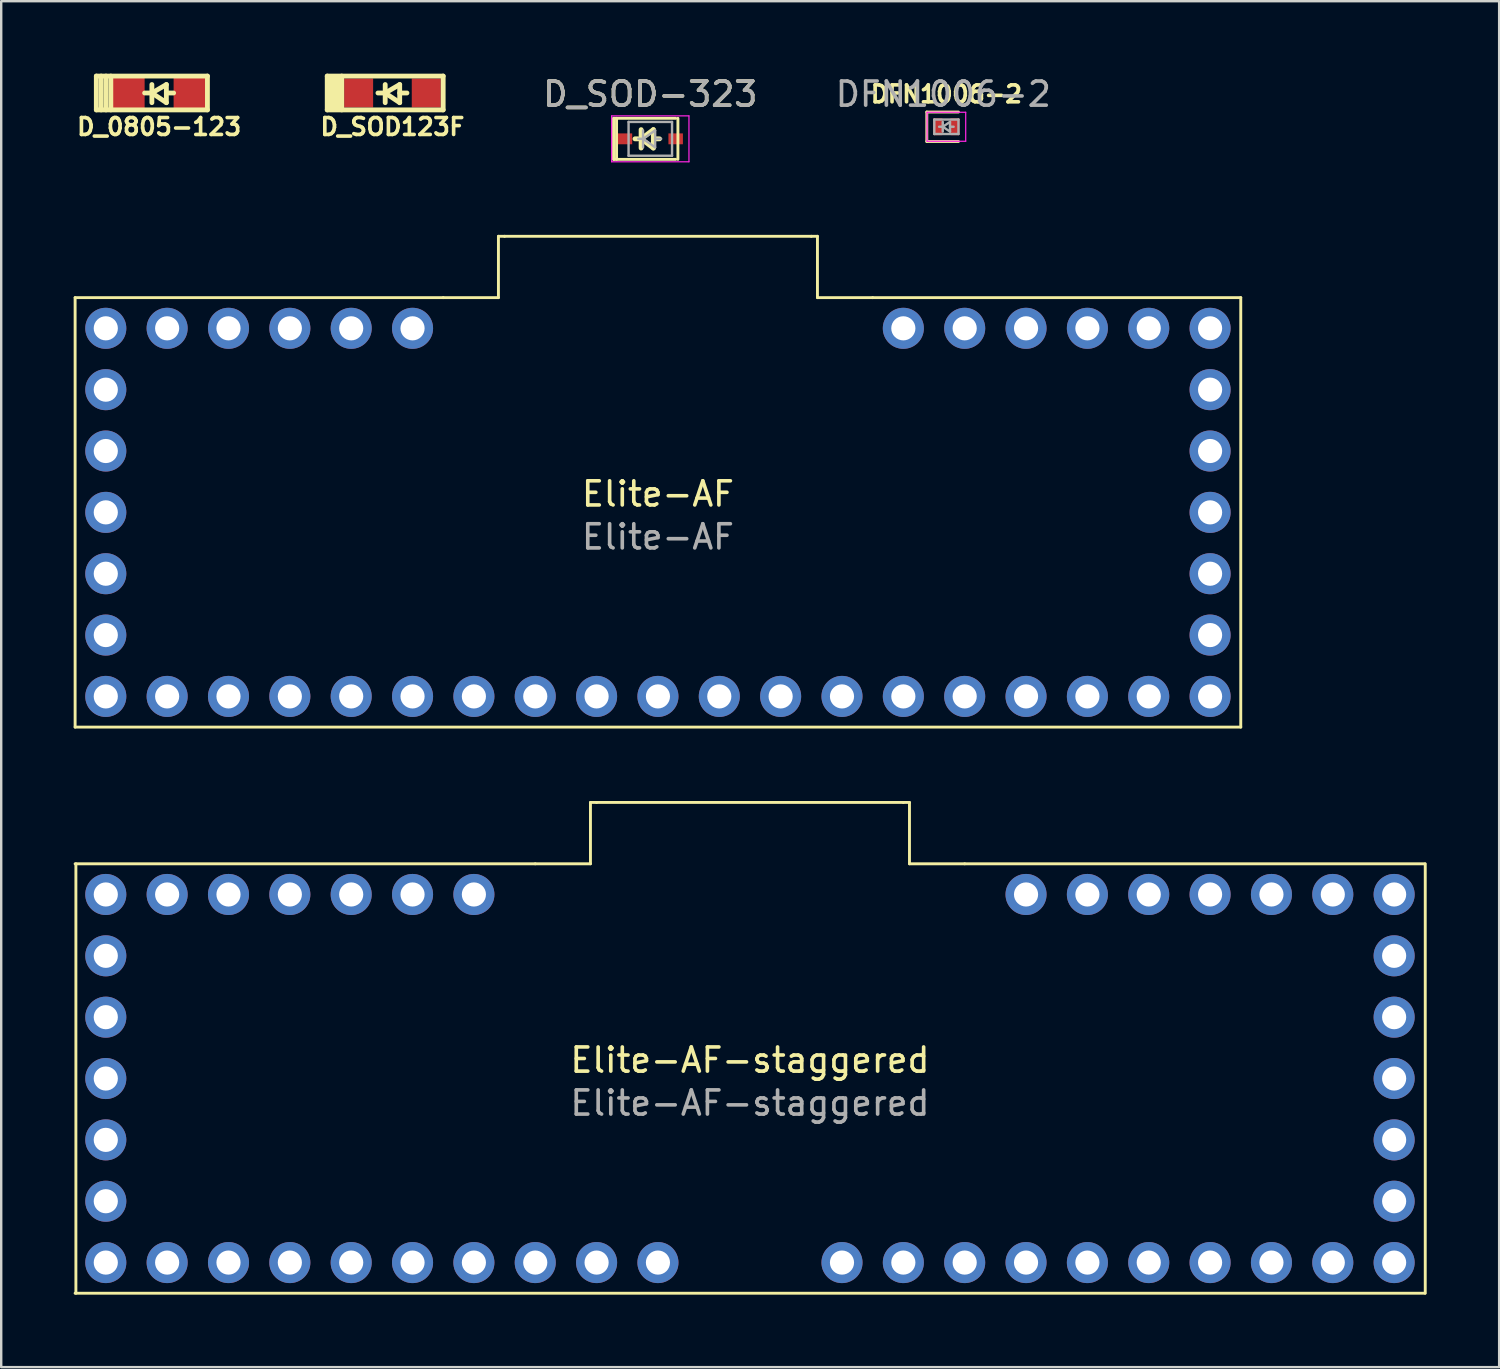
<source format=kicad_pcb>
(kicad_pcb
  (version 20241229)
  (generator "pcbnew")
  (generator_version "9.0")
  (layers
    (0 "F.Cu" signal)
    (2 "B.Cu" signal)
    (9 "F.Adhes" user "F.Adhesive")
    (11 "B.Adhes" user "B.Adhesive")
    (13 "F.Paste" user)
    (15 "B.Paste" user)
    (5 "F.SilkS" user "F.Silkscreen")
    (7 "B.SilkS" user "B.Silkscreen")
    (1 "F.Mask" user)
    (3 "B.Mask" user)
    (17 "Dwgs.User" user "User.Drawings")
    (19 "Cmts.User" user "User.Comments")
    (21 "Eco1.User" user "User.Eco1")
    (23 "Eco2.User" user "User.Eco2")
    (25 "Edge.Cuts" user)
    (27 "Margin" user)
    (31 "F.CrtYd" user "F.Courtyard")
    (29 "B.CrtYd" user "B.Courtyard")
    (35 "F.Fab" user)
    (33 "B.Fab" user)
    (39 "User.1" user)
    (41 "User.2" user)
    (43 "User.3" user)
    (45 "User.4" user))
  (footprint "DFN1006-2"
    (layer "F.Cu")
    (at 36.132 2.198)
    (property "Reference" "DFN1006-2" (at 0 -1.35 0) (layer "F.SilkS") (effects (font (size 0.7 0.7) (thickness 0.15))))
    (attr smd)
    (fp_line (start -0.81 -0.61) (end -0.81 0.61) (stroke (width 0.12) (type solid)) (layer "F.SilkS"))
    (fp_line (start -0.81 -0.61) (end 0.5 -0.61) (stroke (width 0.12) (type solid)) (layer "F.SilkS"))
    (fp_line (start -0.81 0.61) (end 0.5 0.61) (stroke (width 0.12) (type solid)) (layer "F.SilkS"))
    (fp_line (start -0.8 -0.6) (end -0.8 0.6) (stroke (width 0.05) (type solid)) (layer "F.CrtYd"))
    (fp_line (start -0.8 -0.6) (end 0.8 -0.6) (stroke (width 0.05) (type solid)) (layer "F.CrtYd"))
    (fp_line (start 0.8 -0.6) (end 0.8 0.6) (stroke (width 0.05) (type solid)) (layer "F.CrtYd"))
    (fp_line (start 0.8 0.6) (end -0.8 0.6) (stroke (width 0.05) (type solid)) (layer "F.CrtYd"))
    (fp_line (start -0.5 -0.3) (end 0.5 -0.3) (stroke (width 0.1) (type solid)) (layer "F.Fab"))
    (fp_line (start -0.5 0.3) (end -0.5 -0.3) (stroke (width 0.1) (type solid)) (layer "F.Fab"))
    (fp_line (start -0.15 0) (end -0.3 0) (stroke (width 0.1) (type solid)) (layer "F.Fab"))
    (fp_line (start -0.15 0) (end 0.15 0.2) (stroke (width 0.1) (type solid)) (layer "F.Fab"))
    (fp_line (start -0.15 0.2) (end -0.15 -0.2) (stroke (width 0.1) (type solid)) (layer "F.Fab"))
    (fp_line (start 0.15 -0.2) (end -0.15 0) (stroke (width 0.1) (type solid)) (layer "F.Fab"))
    (fp_line (start 0.15 0) (end 0.3 0) (stroke (width 0.1) (type solid)) (layer "F.Fab"))
    (fp_line (start 0.15 0.2) (end 0.15 -0.2) (stroke (width 0.1) (type solid)) (layer "F.Fab"))
    (fp_line (start 0.5 -0.3) (end 0.5 0.3) (stroke (width 0.1) (type solid)) (layer "F.Fab"))
    (fp_line (start 0.5 0.3) (end -0.5 0.3) (stroke (width 0.1) (type solid)) (layer "F.Fab"))
    (fp_text user "${REFERENCE}" (at -0.127 -1.35 0) (layer "F.Fab") (effects (font (size 1 1) (thickness 0.15))))
    (pad "" smd roundrect (at -0.35 0) (size 0.3 0.6) (layers "F.Paste") (roundrect_rratio 0.167))
    (pad "" smd roundrect (at 0.35 0) (size 0.3 0.6) (layers "F.Paste") (roundrect_rratio 0.167))
    (pad "1" smd roundrect (at -0.35 0) (size 0.4 0.7) (layers "F.Cu" "F.Mask") (roundrect_rratio 0.125))
    (pad "2" smd roundrect (at 0.35 0) (size 0.4 0.7) (layers "F.Cu" "F.Mask") (roundrect_rratio 0.125)))
  (footprint "Elite-AF"
    (layer "F.Cu")
    (at 24.19 18.163)
    (property "Reference" "Elite-AF" (at 0 -0.762 0) (unlocked yes) (layer "F.SilkS") (effects (font (size 1 1) (thickness 0.15))))
    (attr through_hole)
    (fp_line (start -24.13 -8.89) (end -8.89 -8.89) (stroke (width 0.12) (type solid)) (layer "F.SilkS"))
    (fp_line (start -24.13 8.89) (end -24.13 -8.89) (stroke (width 0.12) (type solid)) (layer "F.SilkS"))
    (fp_line (start -24.13 8.89) (end 24.13 8.89) (stroke (width 0.12) (type solid)) (layer "F.SilkS"))
    (fp_line (start -8.89 -8.89) (end -6.604 -8.89) (stroke (width 0.12) (type solid)) (layer "F.SilkS"))
    (fp_line (start -6.604 -11.43) (end -6.35 -11.43) (stroke (width 0.12) (type solid)) (layer "F.SilkS"))
    (fp_line (start -6.604 -8.89) (end -6.604 -11.43) (stroke (width 0.12) (type solid)) (layer "F.SilkS"))
    (fp_line (start -6.35 -11.43) (end 6.35 -11.43) (stroke (width 0.12) (type solid)) (layer "F.SilkS"))
    (fp_line (start 6.604 -11.43) (end 6.35 -11.43) (stroke (width 0.12) (type solid)) (layer "F.SilkS"))
    (fp_line (start 6.604 -8.89) (end 6.604 -11.43) (stroke (width 0.12) (type solid)) (layer "F.SilkS"))
    (fp_line (start 8.89 -8.89) (end 6.604 -8.89) (stroke (width 0.12) (type solid)) (layer "F.SilkS"))
    (fp_line (start 24.13 -8.89) (end 8.89 -8.89) (stroke (width 0.12) (type solid)) (layer "F.SilkS"))
    (fp_line (start 24.13 8.89) (end 24.13 -8.89) (stroke (width 0.12) (type solid)) (layer "F.SilkS"))
    (fp_text user "${REFERENCE}" (at 0 1.016 0) (unlocked yes) (layer "F.Fab") (effects (font (size 1 1) (thickness 0.15))))
    (pad "1" thru_hole circle (at -10.16 -7.62) (size 1.7 1.7) (drill 1) (layers "*.Cu" "*.Mask"))
    (pad "2" thru_hole circle (at -12.7 -7.62) (size 1.7 1.7) (drill 1) (layers "*.Cu" "*.Mask"))
    (pad "3" thru_hole circle (at -15.24 -7.62) (size 1.7 1.7) (drill 1) (layers "*.Cu" "*.Mask"))
    (pad "4" thru_hole circle (at -17.78 -7.62) (size 1.7 1.7) (drill 1) (layers "*.Cu" "*.Mask"))
    (pad "5" thru_hole circle (at -20.32 -7.62) (size 1.7 1.7) (drill 1) (layers "*.Cu" "*.Mask"))
    (pad "6" thru_hole circle (at -22.86 -7.62) (size 1.7 1.7) (drill 1) (layers "*.Cu" "*.Mask"))
    (pad "7" thru_hole circle (at -22.86 -5.08) (size 1.7 1.7) (drill 1) (layers "*.Cu" "*.Mask"))
    (pad "8" thru_hole circle (at -22.86 -2.54) (size 1.7 1.7) (drill 1) (layers "*.Cu" "*.Mask"))
    (pad "9" thru_hole circle (at -22.86 0) (size 1.7 1.7) (drill 1) (layers "*.Cu" "*.Mask"))
    (pad "10" thru_hole circle (at -22.86 2.54) (size 1.7 1.7) (drill 1) (layers "*.Cu" "*.Mask"))
    (pad "11" thru_hole circle (at -22.86 5.08) (size 1.7 1.7) (drill 1) (layers "*.Cu" "*.Mask"))
    (pad "12" thru_hole circle (at -22.86 7.62) (size 1.7 1.7) (drill 1) (layers "*.Cu" "*.Mask"))
    (pad "13" thru_hole circle (at -20.32 7.62) (size 1.7 1.7) (drill 1) (layers "*.Cu" "*.Mask"))
    (pad "14" thru_hole circle (at -17.78 7.62) (size 1.7 1.7) (drill 1) (layers "*.Cu" "*.Mask"))
    (pad "15" thru_hole circle (at -15.24 7.62) (size 1.7 1.7) (drill 1) (layers "*.Cu" "*.Mask"))
    (pad "16" thru_hole circle (at -12.7 7.62) (size 1.7 1.7) (drill 1) (layers "*.Cu" "*.Mask"))
    (pad "17" thru_hole circle (at -10.16 7.62) (size 1.7 1.7) (drill 1) (layers "*.Cu" "*.Mask"))
    (pad "18" thru_hole circle (at -7.62 7.62) (size 1.7 1.7) (drill 1) (layers "*.Cu" "*.Mask"))
    (pad "19" thru_hole circle (at -5.08 7.62) (size 1.7 1.7) (drill 1) (layers "*.Cu" "*.Mask"))
    (pad "20" thru_hole circle (at -2.54 7.62) (size 1.7 1.7) (drill 1) (layers "*.Cu" "*.Mask"))
    (pad "21" thru_hole circle (at 0 7.62) (size 1.7 1.7) (drill 1) (layers "*.Cu" "*.Mask"))
    (pad "22" thru_hole circle (at 2.54 7.62) (size 1.7 1.7) (drill 1) (layers "*.Cu" "*.Mask"))
    (pad "23" thru_hole circle (at 5.08 7.62) (size 1.7 1.7) (drill 1) (layers "*.Cu" "*.Mask"))
    (pad "24" thru_hole circle (at 7.62 7.62) (size 1.7 1.7) (drill 1) (layers "*.Cu" "*.Mask"))
    (pad "25" thru_hole circle (at 10.16 7.62) (size 1.7 1.7) (drill 1) (layers "*.Cu" "*.Mask"))
    (pad "26" thru_hole circle (at 12.7 7.62) (size 1.7 1.7) (drill 1) (layers "*.Cu" "*.Mask"))
    (pad "27" thru_hole circle (at 15.24 7.62) (size 1.7 1.7) (drill 1) (layers "*.Cu" "*.Mask"))
    (pad "28" thru_hole circle (at 17.78 7.62) (size 1.7 1.7) (drill 1) (layers "*.Cu" "*.Mask"))
    (pad "29" thru_hole circle (at 20.32 7.62) (size 1.7 1.7) (drill 1) (layers "*.Cu" "*.Mask"))
    (pad "30" thru_hole circle (at 22.86 7.62) (size 1.7 1.7) (drill 1) (layers "*.Cu" "*.Mask"))
    (pad "31" thru_hole circle (at 22.86 5.08) (size 1.7 1.7) (drill 1) (layers "*.Cu" "*.Mask"))
    (pad "32" thru_hole circle (at 22.86 2.54) (size 1.7 1.7) (drill 1) (layers "*.Cu" "*.Mask"))
    (pad "33" thru_hole circle (at 22.86 0) (size 1.7 1.7) (drill 1) (layers "*.Cu" "*.Mask"))
    (pad "34" thru_hole circle (at 22.86 -2.54) (size 1.7 1.7) (drill 1) (layers "*.Cu" "*.Mask"))
    (pad "35" thru_hole circle (at 22.86 -5.08) (size 1.7 1.7) (drill 1) (layers "*.Cu" "*.Mask"))
    (pad "36" thru_hole circle (at 22.86 -7.62) (size 1.7 1.7) (drill 1) (layers "*.Cu" "*.Mask"))
    (pad "37" thru_hole circle (at 20.32 -7.62) (size 1.7 1.7) (drill 1) (layers "*.Cu" "*.Mask"))
    (pad "38" thru_hole circle (at 17.78 -7.62) (size 1.7 1.7) (drill 1) (layers "*.Cu" "*.Mask"))
    (pad "39" thru_hole circle (at 15.24 -7.62) (size 1.7 1.7) (drill 1) (layers "*.Cu" "*.Mask"))
    (pad "40" thru_hole circle (at 12.7 -7.62) (size 1.7 1.7) (drill 1) (layers "*.Cu" "*.Mask"))
    (pad "41" thru_hole circle (at 10.16 -7.62) (size 1.7 1.7) (drill 1) (layers "*.Cu" "*.Mask")))
  (footprint "D_SOD123F"
    (layer "F.Cu")
    (at 13.198 0.8)
    (property "Reference" "D_SOD123F" (at 0 1.4 0) (layer "F.SilkS") (effects (font (size 0.7 0.7) (thickness 0.15))))
    (attr smd)
    (fp_line (start -2.7 -0.7) (end -2.7 0.7) (stroke (width 0.2) (type solid)) (layer "F.SilkS"))
    (fp_line (start -2.7 -0.7) (end 2.1 -0.7) (stroke (width 0.2) (type solid)) (layer "F.SilkS"))
    (fp_line (start -2.7 0.7) (end 2.1 0.7) (stroke (width 0.2) (type solid)) (layer "F.SilkS"))
    (fp_line (start -2.1 -0.7) (end -2.1 0.7) (stroke (width 0.2) (type solid)) (layer "F.SilkS"))
    (fp_line (start -0.3 -0.35) (end -0.3 0.4) (stroke (width 0.2) (type solid)) (layer "F.SilkS"))
    (fp_line (start -0.3 0) (end -0.6 0) (stroke (width 0.2) (type solid)) (layer "F.SilkS"))
    (fp_line (start -0.3 0) (end 0.3 -0.35) (stroke (width 0.2) (type solid)) (layer "F.SilkS"))
    (fp_line (start 0.3 -0.35) (end 0.3 0.4) (stroke (width 0.2) (type solid)) (layer "F.SilkS"))
    (fp_line (start 0.3 0) (end 0.6 0) (stroke (width 0.2) (type solid)) (layer "F.SilkS"))
    (fp_line (start 0.3 0.4) (end -0.3 0) (stroke (width 0.2) (type solid)) (layer "F.SilkS"))
    (fp_line (start 2.1 -0.7) (end 2.1 0.7) (stroke (width 0.2) (type solid)) (layer "F.SilkS"))
    (fp_rect (start -2.7 -0.7) (end -2.1 0.7) (stroke (width 0.1) (type solid)) (fill yes) (layer "F.SilkS"))
    (pad "1" smd rect (at -1.4 0) (size 1.2 1.2) (layers "F.Cu" "F.Mask" "F.Paste"))
    (pad "2" smd rect (at 1.4 0) (size 1.2 1.2) (layers "F.Cu" "F.Mask" "F.Paste")))
  (footprint "D_SOD-323"
    (layer "F.Cu")
    (at 23.874 2.698)
    (property "Reference" "D_SOD-323" (at 0 -1.85 0) (layer "F.SilkS") (effects (font (size 1 1) (thickness 0.15))))
    (attr smd)
    (fp_line (start -1.524 -0.85) (end -1.524 0.85) (stroke (width 0.12) (type solid)) (layer "F.SilkS"))
    (fp_line (start -1.5 -0.85) (end -1.5 0.85) (stroke (width 0.12) (type solid)) (layer "F.SilkS"))
    (fp_line (start -1.5 -0.85) (end 1.05 -0.85) (stroke (width 0.12) (type solid)) (layer "F.SilkS"))
    (fp_line (start -1.5 0.85) (end 1.05 0.85) (stroke (width 0.12) (type solid)) (layer "F.SilkS"))
    (fp_line (start -1.397 -0.85) (end -1.397 0.85) (stroke (width 0.12) (type solid)) (layer "F.SilkS"))
    (fp_line (start -0.508 0) (end -0.635 0) (stroke (width 0.2) (type solid)) (layer "F.SilkS"))
    (fp_line (start -0.381 -0.381) (end -0.381 0.381) (stroke (width 0.2) (type solid)) (layer "F.SilkS"))
    (fp_line (start -0.381 0) (end 0.127 0.381) (stroke (width 0.2) (type solid)) (layer "F.SilkS"))
    (fp_line (start 0.127 -0.381) (end -0.381 0) (stroke (width 0.2) (type solid)) (layer "F.SilkS"))
    (fp_line (start 0.127 0) (end 0.381 0) (stroke (width 0.2) (type solid)) (layer "F.SilkS"))
    (fp_line (start 0.127 0.381) (end 0.127 -0.381) (stroke (width 0.2) (type solid)) (layer "F.SilkS"))
    (fp_line (start 1.143 -0.85) (end 1.143 0.85) (stroke (width 0.12) (type solid)) (layer "F.SilkS"))
    (fp_line (start -1.6 -0.95) (end -1.6 0.95) (stroke (width 0.05) (type solid)) (layer "F.CrtYd"))
    (fp_line (start -1.6 -0.95) (end 1.6 -0.95) (stroke (width 0.05) (type solid)) (layer "F.CrtYd"))
    (fp_line (start -1.6 0.95) (end 1.6 0.95) (stroke (width 0.05) (type solid)) (layer "F.CrtYd"))
    (fp_line (start 1.6 -0.95) (end 1.6 0.95) (stroke (width 0.05) (type solid)) (layer "F.CrtYd"))
    (fp_line (start -0.9 -0.7) (end 0.9 -0.7) (stroke (width 0.1) (type solid)) (layer "F.Fab"))
    (fp_line (start -0.9 0.7) (end -0.9 -0.7) (stroke (width 0.1) (type solid)) (layer "F.Fab"))
    (fp_line (start -0.3 -0.35) (end -0.3 0.35) (stroke (width 0.1) (type solid)) (layer "F.Fab"))
    (fp_line (start -0.3 0) (end -0.5 0) (stroke (width 0.1) (type solid)) (layer "F.Fab"))
    (fp_line (start -0.3 0) (end 0.2 -0.35) (stroke (width 0.1) (type solid)) (layer "F.Fab"))
    (fp_line (start 0.2 -0.35) (end 0.2 0.35) (stroke (width 0.1) (type solid)) (layer "F.Fab"))
    (fp_line (start 0.2 0) (end 0.45 0) (stroke (width 0.1) (type solid)) (layer "F.Fab"))
    (fp_line (start 0.2 0.35) (end -0.3 0) (stroke (width 0.1) (type solid)) (layer "F.Fab"))
    (fp_line (start 0.9 -0.7) (end 0.9 0.7) (stroke (width 0.1) (type solid)) (layer "F.Fab"))
    (fp_line (start 0.9 0.7) (end -0.9 0.7) (stroke (width 0.1) (type solid)) (layer "F.Fab"))
    (fp_text user "${REFERENCE}" (at 0 -1.85 0) (layer "F.Fab") (effects (font (size 1 1) (thickness 0.15))))
    (pad "1" smd rect (at -1.05 0) (size 0.6 0.45) (layers "F.Cu" "F.Mask" "F.Paste"))
    (pad "2" smd rect (at 1.05 0) (size 0.6 0.45) (layers "F.Cu" "F.Mask" "F.Paste")))
  (footprint "Elite-AF-staggered"
    (layer "F.Cu")
    (at 28 41.603)
    (property "Reference" "Elite-AF-staggered" (at 0 -0.762 0) (unlocked yes) (layer "F.SilkS") (effects (font (size 1 1) (thickness 0.15))))
    (attr through_hole)
    (fp_line (start -27.94 -8.89) (end -8.89 -8.89) (stroke (width 0.12) (type solid)) (layer "F.SilkS"))
    (fp_line (start -27.94 8.89) (end 27.94 8.89) (stroke (width 0.12) (type solid)) (layer "F.SilkS"))
    (fp_line (start -27.908 8.89) (end -27.908 -8.89) (stroke (width 0.12) (type solid)) (layer "F.SilkS"))
    (fp_line (start -8.89 -8.89) (end -6.604 -8.89) (stroke (width 0.12) (type solid)) (layer "F.SilkS"))
    (fp_line (start -6.604 -11.43) (end -6.35 -11.43) (stroke (width 0.12) (type solid)) (layer "F.SilkS"))
    (fp_line (start -6.604 -8.89) (end -6.604 -11.43) (stroke (width 0.12) (type solid)) (layer "F.SilkS"))
    (fp_line (start -6.35 -11.43) (end 6.35 -11.43) (stroke (width 0.12) (type solid)) (layer "F.SilkS"))
    (fp_line (start 6.604 -11.43) (end 6.35 -11.43) (stroke (width 0.12) (type solid)) (layer "F.SilkS"))
    (fp_line (start 6.604 -8.89) (end 6.604 -11.43) (stroke (width 0.12) (type solid)) (layer "F.SilkS"))
    (fp_line (start 8.89 -8.89) (end 6.604 -8.89) (stroke (width 0.12) (type solid)) (layer "F.SilkS"))
    (fp_line (start 27.94 -8.89) (end 8.89 -8.89) (stroke (width 0.12) (type solid)) (layer "F.SilkS"))
    (fp_line (start 27.958 8.89) (end 27.958 -8.89) (stroke (width 0.12) (type solid)) (layer "F.SilkS"))
    (fp_text user "${REFERENCE}" (at 0 1.016 0) (unlocked yes) (layer "F.Fab") (effects (font (size 1 1) (thickness 0.15))))
    (pad "1" thru_hole circle (at -11.43 -7.62) (size 1.7 1.7) (drill 1) (layers "*.Cu" "*.Mask"))
    (pad "2" thru_hole circle (at -13.97 -7.62) (size 1.7 1.7) (drill 1) (layers "*.Cu" "*.Mask"))
    (pad "3" thru_hole circle (at -16.51 -7.62) (size 1.7 1.7) (drill 1) (layers "*.Cu" "*.Mask"))
    (pad "4" thru_hole circle (at -19.05 -7.62) (size 1.7 1.7) (drill 1) (layers "*.Cu" "*.Mask"))
    (pad "5" thru_hole circle (at -21.59 -7.62) (size 1.7 1.7) (drill 1) (layers "*.Cu" "*.Mask"))
    (pad "6" thru_hole circle (at -26.67 -7.62) (size 1.7 1.7) (drill 1) (layers "*.Cu" "*.Mask"))
    (pad "6" thru_hole circle (at -24.13 -7.62) (size 1.7 1.7) (drill 1) (layers "*.Cu" "*.Mask"))
    (pad "7" thru_hole circle (at -26.67 -5.08) (size 1.7 1.7) (drill 1) (layers "*.Cu" "*.Mask"))
    (pad "8" thru_hole circle (at -26.67 -2.54) (size 1.7 1.7) (drill 1) (layers "*.Cu" "*.Mask"))
    (pad "9" thru_hole circle (at -26.67 0) (size 1.7 1.7) (drill 1) (layers "*.Cu" "*.Mask"))
    (pad "10" thru_hole circle (at -26.67 2.54) (size 1.7 1.7) (drill 1) (layers "*.Cu" "*.Mask"))
    (pad "11" thru_hole circle (at -26.67 5.08) (size 1.7 1.7) (drill 1) (layers "*.Cu" "*.Mask"))
    (pad "12" thru_hole circle (at -26.67 7.62) (size 1.7 1.7) (drill 1) (layers "*.Cu" "*.Mask"))
    (pad "12" thru_hole circle (at -24.13 7.62) (size 1.7 1.7) (drill 1) (layers "*.Cu" "*.Mask"))
    (pad "13" thru_hole circle (at -21.59 7.62) (size 1.7 1.7) (drill 1) (layers "*.Cu" "*.Mask"))
    (pad "14" thru_hole circle (at -19.05 7.62) (size 1.7 1.7) (drill 1) (layers "*.Cu" "*.Mask"))
    (pad "15" thru_hole circle (at -16.51 7.62) (size 1.7 1.7) (drill 1) (layers "*.Cu" "*.Mask"))
    (pad "16" thru_hole circle (at -13.97 7.62) (size 1.7 1.7) (drill 1) (layers "*.Cu" "*.Mask"))
    (pad "17" thru_hole circle (at -11.43 7.62) (size 1.7 1.7) (drill 1) (layers "*.Cu" "*.Mask"))
    (pad "18" thru_hole circle (at -8.89 7.62) (size 1.7 1.7) (drill 1) (layers "*.Cu" "*.Mask"))
    (pad "19" thru_hole circle (at -6.35 7.62) (size 1.7 1.7) (drill 1) (layers "*.Cu" "*.Mask"))
    (pad "20" thru_hole circle (at -3.81 7.62) (size 1.7 1.7) (drill 1) (layers "*.Cu" "*.Mask"))
    (pad "22" thru_hole circle (at 3.81 7.62) (size 1.7 1.7) (drill 1) (layers "*.Cu" "*.Mask"))
    (pad "23" thru_hole circle (at 6.35 7.62) (size 1.7 1.7) (drill 1) (layers "*.Cu" "*.Mask"))
    (pad "24" thru_hole circle (at 8.89 7.62) (size 1.7 1.7) (drill 1) (layers "*.Cu" "*.Mask"))
    (pad "25" thru_hole circle (at 11.43 7.62) (size 1.7 1.7) (drill 1) (layers "*.Cu" "*.Mask"))
    (pad "26" thru_hole circle (at 13.97 7.62) (size 1.7 1.7) (drill 1) (layers "*.Cu" "*.Mask"))
    (pad "27" thru_hole circle (at 16.51 7.62) (size 1.7 1.7) (drill 1) (layers "*.Cu" "*.Mask"))
    (pad "28" thru_hole circle (at 19.05 7.62) (size 1.7 1.7) (drill 1) (layers "*.Cu" "*.Mask"))
    (pad "29" thru_hole circle (at 21.59 7.62) (size 1.7 1.7) (drill 1) (layers "*.Cu" "*.Mask"))
    (pad "30" thru_hole circle (at 24.13 7.62) (size 1.7 1.7) (drill 1) (layers "*.Cu" "*.Mask"))
    (pad "30" thru_hole circle (at 26.67 7.62) (size 1.7 1.7) (drill 1) (layers "*.Cu" "*.Mask"))
    (pad "31" thru_hole circle (at 26.67 5.08) (size 1.7 1.7) (drill 1) (layers "*.Cu" "*.Mask"))
    (pad "32" thru_hole circle (at 26.67 2.54) (size 1.7 1.7) (drill 1) (layers "*.Cu" "*.Mask"))
    (pad "33" thru_hole circle (at 26.67 0) (size 1.7 1.7) (drill 1) (layers "*.Cu" "*.Mask"))
    (pad "34" thru_hole circle (at 26.67 -2.54) (size 1.7 1.7) (drill 1) (layers "*.Cu" "*.Mask"))
    (pad "35" thru_hole circle (at 26.67 -5.08) (size 1.7 1.7) (drill 1) (layers "*.Cu" "*.Mask"))
    (pad "36" thru_hole circle (at 24.13 -7.62) (size 1.7 1.7) (drill 1) (layers "*.Cu" "*.Mask"))
    (pad "36" thru_hole circle (at 26.67 -7.62) (size 1.7 1.7) (drill 1) (layers "*.Cu" "*.Mask"))
    (pad "37" thru_hole circle (at 21.59 -7.62) (size 1.7 1.7) (drill 1) (layers "*.Cu" "*.Mask"))
    (pad "38" thru_hole circle (at 19.05 -7.62) (size 1.7 1.7) (drill 1) (layers "*.Cu" "*.Mask"))
    (pad "39" thru_hole circle (at 16.51 -7.62) (size 1.7 1.7) (drill 1) (layers "*.Cu" "*.Mask"))
    (pad "40" thru_hole circle (at 13.97 -7.62) (size 1.7 1.7) (drill 1) (layers "*.Cu" "*.Mask"))
    (pad "41" thru_hole circle (at 11.43 -7.62) (size 1.7 1.7) (drill 1) (layers "*.Cu" "*.Mask")))
  (footprint "D_0805-123"
    (layer "F.Cu")
    (at 3.538 0.8)
    (property "Reference" "D_0805-123" (at 0 1.4 0) (layer "F.SilkS") (effects (font (size 0.7 0.7) (thickness 0.15))))
    (attr smd)
    (fp_line (start -2.6 -0.7) (end -2.6 0.7) (stroke (width 0.2) (type solid)) (layer "F.SilkS"))
    (fp_line (start -2.6 -0.7) (end 2 -0.7) (stroke (width 0.2) (type solid)) (layer "F.SilkS"))
    (fp_line (start -2.6 0.7) (end 2 0.7) (stroke (width 0.2) (type solid)) (layer "F.SilkS"))
    (fp_line (start -2.4 -0.7) (end -2.4 0.7) (stroke (width 0.2) (type solid)) (layer "F.SilkS"))
    (fp_line (start -2.2 -0.7) (end -2.2 0.7) (stroke (width 0.2) (type solid)) (layer "F.SilkS"))
    (fp_line (start -2 -0.7) (end -2 0.7) (stroke (width 0.2) (type solid)) (layer "F.SilkS"))
    (fp_line (start -0.3 -0.35) (end -0.3 0.4) (stroke (width 0.2) (type solid)) (layer "F.SilkS"))
    (fp_line (start -0.3 0) (end -0.6 0) (stroke (width 0.2) (type solid)) (layer "F.SilkS"))
    (fp_line (start -0.3 0) (end 0.3 -0.35) (stroke (width 0.2) (type solid)) (layer "F.SilkS"))
    (fp_line (start 0.3 -0.35) (end 0.3 0.4) (stroke (width 0.2) (type solid)) (layer "F.SilkS"))
    (fp_line (start 0.3 0) (end 0.6 0) (stroke (width 0.2) (type solid)) (layer "F.SilkS"))
    (fp_line (start 0.3 0.4) (end -0.3 0) (stroke (width 0.2) (type solid)) (layer "F.SilkS"))
    (fp_line (start 2 -0.7) (end 2 0.7) (stroke (width 0.2) (type solid)) (layer "F.SilkS"))
    (pad "1" smd rect (at -1.3 0) (size 1.4 1.3) (layers "F.Cu" "F.Mask" "F.Paste"))
    (pad "2" smd rect (at 1.3 0) (size 1.4 1.3) (layers "F.Cu" "F.Mask" "F.Paste")))
  (gr_rect
    (start -3 -3)
    (end 59.018 53.553)
    (stroke (width 0.1) (type default))
    (fill no)
    (layer "Edge.Cuts")))
</source>
